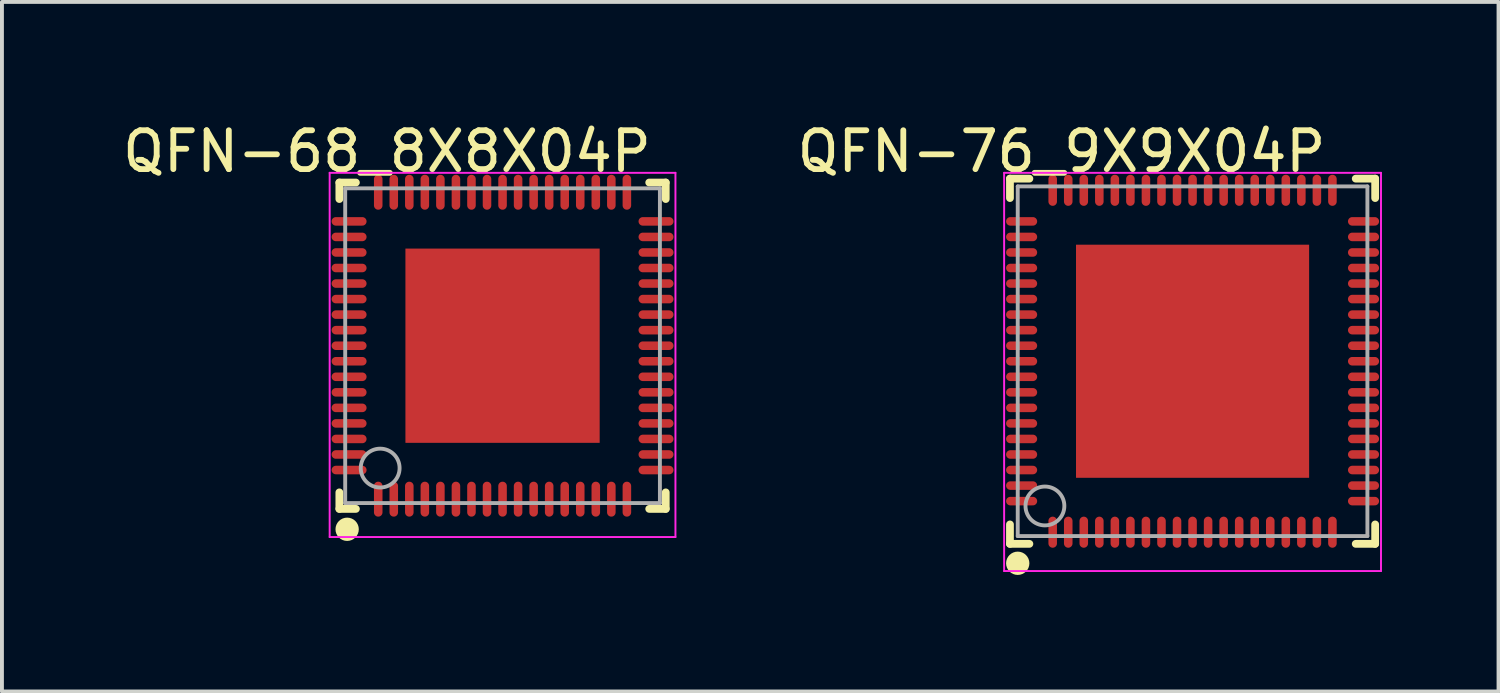
<source format=kicad_pcb>
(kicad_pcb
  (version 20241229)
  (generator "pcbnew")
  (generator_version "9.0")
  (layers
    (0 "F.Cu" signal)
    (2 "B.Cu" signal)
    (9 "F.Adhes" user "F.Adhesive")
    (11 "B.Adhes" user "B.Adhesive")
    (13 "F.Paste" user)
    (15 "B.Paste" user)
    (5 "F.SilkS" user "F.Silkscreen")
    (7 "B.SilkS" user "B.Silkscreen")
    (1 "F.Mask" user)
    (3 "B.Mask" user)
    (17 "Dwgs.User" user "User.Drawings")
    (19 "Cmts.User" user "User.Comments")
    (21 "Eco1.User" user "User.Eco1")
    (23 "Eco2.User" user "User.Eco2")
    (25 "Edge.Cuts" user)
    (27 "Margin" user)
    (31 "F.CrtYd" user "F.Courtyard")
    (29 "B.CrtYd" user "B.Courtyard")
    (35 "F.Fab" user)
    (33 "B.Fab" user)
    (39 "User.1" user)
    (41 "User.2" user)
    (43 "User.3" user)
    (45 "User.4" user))
  (footprint "QFN-76_9X9X04P"
    (layer "F.Cu")
    (at 27.645 6.248)
    (property "Reference" "QFN-76_9X9X04P" (at -3.374 -5.4 0) (layer "F.SilkS") (effects (font (size 1 1) (thickness 0.15))))
    (attr through_hole)
    (fp_line (start -4.7 -4.7) (end -4.2 -4.7) (stroke (width 0.2) (type solid)) (layer "F.SilkS"))
    (fp_line (start -4.7 -4.2) (end -4.7 -4.7) (stroke (width 0.2) (type solid)) (layer "F.SilkS"))
    (fp_line (start -4.7 4.7) (end -4.7 4.2) (stroke (width 0.2) (type solid)) (layer "F.SilkS"))
    (fp_line (start -4.7 4.7) (end -4.2 4.7) (stroke (width 0.2) (type solid)) (layer "F.SilkS"))
    (fp_line (start 4.2 -4.7) (end 4.7 -4.7) (stroke (width 0.2) (type solid)) (layer "F.SilkS"))
    (fp_line (start 4.2 4.7) (end 4.7 4.7) (stroke (width 0.2) (type solid)) (layer "F.SilkS"))
    (fp_line (start 4.7 -4.2) (end 4.7 -4.7) (stroke (width 0.2) (type solid)) (layer "F.SilkS"))
    (fp_line (start 4.7 4.7) (end 4.7 4.2) (stroke (width 0.2) (type solid)) (layer "F.SilkS"))
    (fp_circle (center -4.5 5.2) (end -4.35 5.2) (stroke (width 0.3) (type solid)) (fill no) (layer "F.SilkS"))
    (fp_line (start -4.85 -4.85) (end 4.85 -4.85) (stroke (width 0.05) (type solid)) (layer "F.CrtYd"))
    (fp_line (start -4.85 5.4) (end -4.85 -4.85) (stroke (width 0.05) (type solid)) (layer "F.CrtYd"))
    (fp_line (start 4.85 -4.85) (end 4.85 5.4) (stroke (width 0.05) (type solid)) (layer "F.CrtYd"))
    (fp_line (start 4.85 5.4) (end -4.85 5.4) (stroke (width 0.05) (type solid)) (layer "F.CrtYd"))
    (fp_line (start -4.5 -4.5) (end 4.5 -4.5) (stroke (width 0.1) (type solid)) (layer "F.Fab"))
    (fp_line (start -4.5 4.5) (end -4.5 -4.5) (stroke (width 0.1) (type solid)) (layer "F.Fab"))
    (fp_line (start -4.5 4.5) (end 4.5 4.5) (stroke (width 0.1) (type solid)) (layer "F.Fab"))
    (fp_line (start 4.5 4.5) (end 4.5 -4.5) (stroke (width 0.1) (type solid)) (layer "F.Fab"))
    (fp_circle (center -3.8 3.725) (end -3.3 3.725) (stroke (width 0.1) (type solid)) (fill no) (layer "F.Fab"))
    (pad "0" smd rect (at 0.00001 0 90) (size 6 6) (layers "F.Cu" "F.Mask" "F.Paste"))
    (pad "1" smd oval (at -3.6 4.4 180) (size 0.22 0.8) (layers "F.Cu" "F.Mask" "F.Paste"))
    (pad "2" smd oval (at -3.2 4.4 180) (size 0.22 0.8) (layers "F.Cu" "F.Mask" "F.Paste"))
    (pad "3" smd oval (at -2.8 4.4 180) (size 0.22 0.8) (layers "F.Cu" "F.Mask" "F.Paste"))
    (pad "4" smd oval (at -2.4 4.4 180) (size 0.22 0.8) (layers "F.Cu" "F.Mask" "F.Paste"))
    (pad "5" smd oval (at -2 4.4 180) (size 0.22 0.8) (layers "F.Cu" "F.Mask" "F.Paste"))
    (pad "6" smd oval (at -1.6 4.4 180) (size 0.22 0.8) (layers "F.Cu" "F.Mask" "F.Paste"))
    (pad "7" smd oval (at -1.2 4.4 180) (size 0.22 0.8) (layers "F.Cu" "F.Mask" "F.Paste"))
    (pad "8" smd oval (at -0.8 4.4 180) (size 0.22 0.8) (layers "F.Cu" "F.Mask" "F.Paste"))
    (pad "9" smd oval (at -0.4 4.4 180) (size 0.22 0.8) (layers "F.Cu" "F.Mask" "F.Paste"))
    (pad "10" smd oval (at 0 4.4 180) (size 0.22 0.8) (layers "F.Cu" "F.Mask" "F.Paste"))
    (pad "11" smd oval (at 0.4 4.4 180) (size 0.22 0.8) (layers "F.Cu" "F.Mask" "F.Paste"))
    (pad "12" smd oval (at 0.8 4.4 180) (size 0.22 0.8) (layers "F.Cu" "F.Mask" "F.Paste"))
    (pad "13" smd oval (at 1.2 4.4 180) (size 0.22 0.8) (layers "F.Cu" "F.Mask" "F.Paste"))
    (pad "14" smd oval (at 1.6 4.4 180) (size 0.22 0.8) (layers "F.Cu" "F.Mask" "F.Paste"))
    (pad "15" smd oval (at 2 4.4 180) (size 0.22 0.8) (layers "F.Cu" "F.Mask" "F.Paste"))
    (pad "16" smd oval (at 2.4 4.4 180) (size 0.22 0.8) (layers "F.Cu" "F.Mask" "F.Paste"))
    (pad "17" smd oval (at 2.8 4.4 180) (size 0.22 0.8) (layers "F.Cu" "F.Mask" "F.Paste"))
    (pad "18" smd oval (at 3.2 4.4 180) (size 0.22 0.8) (layers "F.Cu" "F.Mask" "F.Paste"))
    (pad "19" smd oval (at 3.6 4.4 180) (size 0.22 0.8) (layers "F.Cu" "F.Mask" "F.Paste"))
    (pad "20" smd oval (at 4.4 3.6 270) (size 0.22 0.8) (layers "F.Cu" "F.Mask" "F.Paste"))
    (pad "21" smd oval (at 4.4 3.2 270) (size 0.22 0.8) (layers "F.Cu" "F.Mask" "F.Paste"))
    (pad "22" smd oval (at 4.4 2.8 270) (size 0.22 0.8) (layers "F.Cu" "F.Mask" "F.Paste"))
    (pad "23" smd oval (at 4.4 2.4 270) (size 0.22 0.8) (layers "F.Cu" "F.Mask" "F.Paste"))
    (pad "24" smd oval (at 4.4 2 270) (size 0.22 0.8) (layers "F.Cu" "F.Mask" "F.Paste"))
    (pad "25" smd oval (at 4.4 1.6 270) (size 0.22 0.8) (layers "F.Cu" "F.Mask" "F.Paste"))
    (pad "26" smd oval (at 4.4 1.2 270) (size 0.22 0.8) (layers "F.Cu" "F.Mask" "F.Paste"))
    (pad "27" smd oval (at 4.4 0.8 270) (size 0.22 0.8) (layers "F.Cu" "F.Mask" "F.Paste"))
    (pad "28" smd oval (at 4.4 0.4 270) (size 0.22 0.8) (layers "F.Cu" "F.Mask" "F.Paste"))
    (pad "29" smd oval (at 4.4 0 270) (size 0.22 0.8) (layers "F.Cu" "F.Mask" "F.Paste"))
    (pad "30" smd oval (at 4.4 -0.4 270) (size 0.22 0.8) (layers "F.Cu" "F.Mask" "F.Paste"))
    (pad "31" smd oval (at 4.4 -0.8 270) (size 0.22 0.8) (layers "F.Cu" "F.Mask" "F.Paste"))
    (pad "32" smd oval (at 4.4 -1.2 270) (size 0.22 0.8) (layers "F.Cu" "F.Mask" "F.Paste"))
    (pad "33" smd oval (at 4.4 -1.6 270) (size 0.22 0.8) (layers "F.Cu" "F.Mask" "F.Paste"))
    (pad "34" smd oval (at 4.4 -2 270) (size 0.22 0.8) (layers "F.Cu" "F.Mask" "F.Paste"))
    (pad "35" smd oval (at 4.4 -2.4 270) (size 0.22 0.8) (layers "F.Cu" "F.Mask" "F.Paste"))
    (pad "36" smd oval (at 4.4 -2.8 270) (size 0.22 0.8) (layers "F.Cu" "F.Mask" "F.Paste"))
    (pad "37" smd oval (at 4.4 -3.2 270) (size 0.22 0.8) (layers "F.Cu" "F.Mask" "F.Paste"))
    (pad "38" smd oval (at 4.4 -3.6 270) (size 0.22 0.8) (layers "F.Cu" "F.Mask" "F.Paste"))
    (pad "39" smd oval (at 3.6 -4.4) (size 0.22 0.8) (layers "F.Cu" "F.Mask" "F.Paste"))
    (pad "40" smd oval (at 3.2 -4.4) (size 0.22 0.8) (layers "F.Cu" "F.Mask" "F.Paste"))
    (pad "41" smd oval (at 2.8 -4.4) (size 0.22 0.8) (layers "F.Cu" "F.Mask" "F.Paste"))
    (pad "42" smd oval (at 2.4 -4.4) (size 0.22 0.8) (layers "F.Cu" "F.Mask" "F.Paste"))
    (pad "43" smd oval (at 2 -4.4) (size 0.22 0.8) (layers "F.Cu" "F.Mask" "F.Paste"))
    (pad "44" smd oval (at 1.6 -4.4) (size 0.22 0.8) (layers "F.Cu" "F.Mask" "F.Paste"))
    (pad "45" smd oval (at 1.2 -4.4) (size 0.22 0.8) (layers "F.Cu" "F.Mask" "F.Paste"))
    (pad "46" smd oval (at 0.8 -4.4) (size 0.22 0.8) (layers "F.Cu" "F.Mask" "F.Paste"))
    (pad "47" smd oval (at 0.4 -4.4) (size 0.22 0.8) (layers "F.Cu" "F.Mask" "F.Paste"))
    (pad "48" smd oval (at 0 -4.4) (size 0.22 0.8) (layers "F.Cu" "F.Mask" "F.Paste"))
    (pad "49" smd oval (at -0.4 -4.4) (size 0.22 0.8) (layers "F.Cu" "F.Mask" "F.Paste"))
    (pad "50" smd oval (at -0.8 -4.4) (size 0.22 0.8) (layers "F.Cu" "F.Mask" "F.Paste"))
    (pad "51" smd oval (at -1.2 -4.4) (size 0.22 0.8) (layers "F.Cu" "F.Mask" "F.Paste"))
    (pad "52" smd oval (at -1.6 -4.4) (size 0.22 0.8) (layers "F.Cu" "F.Mask" "F.Paste"))
    (pad "53" smd oval (at -2 -4.4) (size 0.22 0.8) (layers "F.Cu" "F.Mask" "F.Paste"))
    (pad "54" smd oval (at -2.4 -4.4) (size 0.22 0.8) (layers "F.Cu" "F.Mask" "F.Paste"))
    (pad "55" smd oval (at -2.8 -4.4) (size 0.22 0.8) (layers "F.Cu" "F.Mask" "F.Paste"))
    (pad "56" smd oval (at -3.2 -4.4) (size 0.22 0.8) (layers "F.Cu" "F.Mask" "F.Paste"))
    (pad "57" smd oval (at -3.6 -4.4) (size 0.22 0.8) (layers "F.Cu" "F.Mask" "F.Paste"))
    (pad "58" smd oval (at -4.4 -3.6 90) (size 0.22 0.8) (layers "F.Cu" "F.Mask" "F.Paste"))
    (pad "59" smd oval (at -4.4 -3.2 90) (size 0.22 0.8) (layers "F.Cu" "F.Mask" "F.Paste"))
    (pad "60" smd oval (at -4.4 -2.8 90) (size 0.22 0.8) (layers "F.Cu" "F.Mask" "F.Paste"))
    (pad "61" smd oval (at -4.4 -2.4 90) (size 0.22 0.8) (layers "F.Cu" "F.Mask" "F.Paste"))
    (pad "62" smd oval (at -4.4 -2 90) (size 0.22 0.8) (layers "F.Cu" "F.Mask" "F.Paste"))
    (pad "63" smd oval (at -4.4 -1.6 90) (size 0.22 0.8) (layers "F.Cu" "F.Mask" "F.Paste"))
    (pad "64" smd oval (at -4.4 -1.2 90) (size 0.22 0.8) (layers "F.Cu" "F.Mask" "F.Paste"))
    (pad "65" smd oval (at -4.4 -0.8 90) (size 0.22 0.8) (layers "F.Cu" "F.Mask" "F.Paste"))
    (pad "66" smd oval (at -4.4 -0.4 90) (size 0.22 0.8) (layers "F.Cu" "F.Mask" "F.Paste"))
    (pad "67" smd oval (at -4.4 0 90) (size 0.22 0.8) (layers "F.Cu" "F.Mask" "F.Paste"))
    (pad "68" smd oval (at -4.4 0.4 90) (size 0.22 0.8) (layers "F.Cu" "F.Mask" "F.Paste"))
    (pad "69" smd oval (at -4.4 0.8 90) (size 0.22 0.8) (layers "F.Cu" "F.Mask" "F.Paste"))
    (pad "70" smd oval (at -4.4 1.2 90) (size 0.22 0.8) (layers "F.Cu" "F.Mask" "F.Paste"))
    (pad "71" smd oval (at -4.4 1.6 90) (size 0.22 0.8) (layers "F.Cu" "F.Mask" "F.Paste"))
    (pad "72" smd oval (at -4.4 2 90) (size 0.22 0.8) (layers "F.Cu" "F.Mask" "F.Paste"))
    (pad "73" smd oval (at -4.4 2.4 90) (size 0.22 0.8) (layers "F.Cu" "F.Mask" "F.Paste"))
    (pad "74" smd oval (at -4.4 2.8 90) (size 0.22 0.8) (layers "F.Cu" "F.Mask" "F.Paste"))
    (pad "75" smd oval (at -4.4 3.2 90) (size 0.22 0.8) (layers "F.Cu" "F.Mask" "F.Paste"))
    (pad "76" smd oval (at -4.4 3.6 90) (size 0.22 0.8) (layers "F.Cu" "F.Mask" "F.Paste")))
  (footprint "QFN-68_8X8X04P"
    (layer "F.Cu")
    (at 9.885 5.848)
    (property "Reference" "QFN-68_8X8X04P" (at -2.974 -5 0) (layer "F.SilkS") (effects (font (size 1 1) (thickness 0.15))))
    (attr through_hole)
    (fp_line (start -4.2 -4.2) (end -3.775 -4.2) (stroke (width 0.2) (type solid)) (layer "F.SilkS"))
    (fp_line (start -4.2 -3.775) (end -4.2 -4.2) (stroke (width 0.2) (type solid)) (layer "F.SilkS"))
    (fp_line (start -4.2 4.2) (end -4.2 3.775) (stroke (width 0.2) (type solid)) (layer "F.SilkS"))
    (fp_line (start -4.2 4.2) (end -3.775 4.2) (stroke (width 0.2) (type solid)) (layer "F.SilkS"))
    (fp_line (start 3.775 -4.2) (end 4.2 -4.2) (stroke (width 0.2) (type solid)) (layer "F.SilkS"))
    (fp_line (start 3.775 4.2) (end 4.2 4.2) (stroke (width 0.2) (type solid)) (layer "F.SilkS"))
    (fp_line (start 4.2 -3.775) (end 4.2 -4.2) (stroke (width 0.2) (type solid)) (layer "F.SilkS"))
    (fp_line (start 4.2 4.2) (end 4.2 3.775) (stroke (width 0.2) (type solid)) (layer "F.SilkS"))
    (fp_circle (center -4 4.725) (end -3.85 4.725) (stroke (width 0.3) (type solid)) (fill no) (layer "F.SilkS"))
    (fp_line (start -4.45 -4.45) (end 4.45 -4.45) (stroke (width 0.05) (type solid)) (layer "F.CrtYd"))
    (fp_line (start -4.45 4.925) (end -4.45 -4.45) (stroke (width 0.05) (type solid)) (layer "F.CrtYd"))
    (fp_line (start 4.45 -4.45) (end 4.45 4.925) (stroke (width 0.05) (type solid)) (layer "F.CrtYd"))
    (fp_line (start 4.45 4.925) (end -4.45 4.925) (stroke (width 0.05) (type solid)) (layer "F.CrtYd"))
    (fp_line (start -4.05 -4.05) (end 4.05 -4.05) (stroke (width 0.1) (type solid)) (layer "F.Fab"))
    (fp_line (start -4.05 4.05) (end -4.05 -4.05) (stroke (width 0.1) (type solid)) (layer "F.Fab"))
    (fp_line (start -4.05 4.05) (end 4.05 4.05) (stroke (width 0.1) (type solid)) (layer "F.Fab"))
    (fp_line (start 4.05 4.05) (end 4.05 -4.05) (stroke (width 0.1) (type solid)) (layer "F.Fab"))
    (fp_circle (center -3.15 3.15) (end -2.65 3.15) (stroke (width 0.1) (type solid)) (fill no) (layer "F.Fab"))
    (pad "0" smd rect (at 0 0 90) (size 5 5) (layers "F.Cu" "F.Mask" "F.Paste"))
    (pad "1" smd oval (at -3.2 3.95) (size 0.22 0.9) (layers "F.Cu" "F.Mask" "F.Paste"))
    (pad "2" smd oval (at -2.8 3.95) (size 0.22 0.9) (layers "F.Cu" "F.Mask" "F.Paste"))
    (pad "3" smd oval (at -2.4 3.95) (size 0.22 0.9) (layers "F.Cu" "F.Mask" "F.Paste"))
    (pad "4" smd oval (at -2 3.95) (size 0.22 0.9) (layers "F.Cu" "F.Mask" "F.Paste"))
    (pad "5" smd oval (at -1.6 3.95) (size 0.22 0.9) (layers "F.Cu" "F.Mask" "F.Paste"))
    (pad "6" smd oval (at -1.2 3.95) (size 0.22 0.9) (layers "F.Cu" "F.Mask" "F.Paste"))
    (pad "7" smd oval (at -0.8 3.95) (size 0.22 0.9) (layers "F.Cu" "F.Mask" "F.Paste"))
    (pad "8" smd oval (at -0.4 3.95) (size 0.22 0.9) (layers "F.Cu" "F.Mask" "F.Paste"))
    (pad "9" smd oval (at 0 3.95) (size 0.22 0.9) (layers "F.Cu" "F.Mask" "F.Paste"))
    (pad "10" smd oval (at 0.4 3.95) (size 0.22 0.9) (layers "F.Cu" "F.Mask" "F.Paste"))
    (pad "11" smd oval (at 0.8 3.95) (size 0.22 0.9) (layers "F.Cu" "F.Mask" "F.Paste"))
    (pad "12" smd oval (at 1.2 3.95) (size 0.22 0.9) (layers "F.Cu" "F.Mask" "F.Paste"))
    (pad "13" smd oval (at 1.6 3.95) (size 0.22 0.9) (layers "F.Cu" "F.Mask" "F.Paste"))
    (pad "14" smd oval (at 2 3.95) (size 0.22 0.9) (layers "F.Cu" "F.Mask" "F.Paste"))
    (pad "15" smd oval (at 2.4 3.95) (size 0.22 0.9) (layers "F.Cu" "F.Mask" "F.Paste"))
    (pad "16" smd oval (at 2.8 3.95) (size 0.22 0.9) (layers "F.Cu" "F.Mask" "F.Paste"))
    (pad "17" smd oval (at 3.2 3.95) (size 0.22 0.9) (layers "F.Cu" "F.Mask" "F.Paste"))
    (pad "18" smd oval (at 3.95 3.2 90) (size 0.22 0.9) (layers "F.Cu" "F.Mask" "F.Paste"))
    (pad "19" smd oval (at 3.95 2.8 90) (size 0.22 0.9) (layers "F.Cu" "F.Mask" "F.Paste"))
    (pad "20" smd oval (at 3.95 2.4 90) (size 0.22 0.9) (layers "F.Cu" "F.Mask" "F.Paste"))
    (pad "21" smd oval (at 3.95 2 90) (size 0.22 0.9) (layers "F.Cu" "F.Mask" "F.Paste"))
    (pad "22" smd oval (at 3.95 1.6 90) (size 0.22 0.9) (layers "F.Cu" "F.Mask" "F.Paste"))
    (pad "23" smd oval (at 3.95 1.2 90) (size 0.22 0.9) (layers "F.Cu" "F.Mask" "F.Paste"))
    (pad "24" smd oval (at 3.95 0.8 90) (size 0.22 0.9) (layers "F.Cu" "F.Mask" "F.Paste"))
    (pad "25" smd oval (at 3.95 0.4 90) (size 0.22 0.9) (layers "F.Cu" "F.Mask" "F.Paste"))
    (pad "26" smd oval (at 3.95 0 90) (size 0.22 0.9) (layers "F.Cu" "F.Mask" "F.Paste"))
    (pad "27" smd oval (at 3.95 -0.4 90) (size 0.22 0.9) (layers "F.Cu" "F.Mask" "F.Paste"))
    (pad "28" smd oval (at 3.95 -0.8 90) (size 0.22 0.9) (layers "F.Cu" "F.Mask" "F.Paste"))
    (pad "29" smd oval (at 3.95 -1.2 90) (size 0.22 0.9) (layers "F.Cu" "F.Mask" "F.Paste"))
    (pad "30" smd oval (at 3.95 -1.6 90) (size 0.22 0.9) (layers "F.Cu" "F.Mask" "F.Paste"))
    (pad "31" smd oval (at 3.95 -2 90) (size 0.22 0.9) (layers "F.Cu" "F.Mask" "F.Paste"))
    (pad "32" smd oval (at 3.95 -2.4 90) (size 0.22 0.9) (layers "F.Cu" "F.Mask" "F.Paste"))
    (pad "33" smd oval (at 3.95 -2.8 90) (size 0.22 0.9) (layers "F.Cu" "F.Mask" "F.Paste"))
    (pad "34" smd oval (at 3.95 -3.2 90) (size 0.22 0.9) (layers "F.Cu" "F.Mask" "F.Paste"))
    (pad "35" smd oval (at 3.2 -3.95 180) (size 0.22 0.9) (layers "F.Cu" "F.Mask" "F.Paste"))
    (pad "36" smd oval (at 2.8 -3.95 180) (size 0.22 0.9) (layers "F.Cu" "F.Mask" "F.Paste"))
    (pad "37" smd oval (at 2.4 -3.95 180) (size 0.22 0.9) (layers "F.Cu" "F.Mask" "F.Paste"))
    (pad "38" smd oval (at 2 -3.95 180) (size 0.22 0.9) (layers "F.Cu" "F.Mask" "F.Paste"))
    (pad "39" smd oval (at 1.6 -3.95 180) (size 0.22 0.9) (layers "F.Cu" "F.Mask" "F.Paste"))
    (pad "40" smd oval (at 1.2 -3.95 180) (size 0.22 0.9) (layers "F.Cu" "F.Mask" "F.Paste"))
    (pad "41" smd oval (at 0.8 -3.95 180) (size 0.22 0.9) (layers "F.Cu" "F.Mask" "F.Paste"))
    (pad "42" smd oval (at 0.4 -3.95 180) (size 0.22 0.9) (layers "F.Cu" "F.Mask" "F.Paste"))
    (pad "43" smd oval (at 0 -3.95 180) (size 0.22 0.9) (layers "F.Cu" "F.Mask" "F.Paste"))
    (pad "44" smd oval (at -0.4 -3.95 180) (size 0.22 0.9) (layers "F.Cu" "F.Mask" "F.Paste"))
    (pad "45" smd oval (at -0.8 -3.95 180) (size 0.22 0.9) (layers "F.Cu" "F.Mask" "F.Paste"))
    (pad "46" smd oval (at -1.2 -3.95 180) (size 0.22 0.9) (layers "F.Cu" "F.Mask" "F.Paste"))
    (pad "47" smd oval (at -1.6 -3.95 180) (size 0.22 0.9) (layers "F.Cu" "F.Mask" "F.Paste"))
    (pad "48" smd oval (at -2 -3.95 180) (size 0.22 0.9) (layers "F.Cu" "F.Mask" "F.Paste"))
    (pad "49" smd oval (at -2.4 -3.95 180) (size 0.22 0.9) (layers "F.Cu" "F.Mask" "F.Paste"))
    (pad "50" smd oval (at -2.8 -3.95 180) (size 0.22 0.9) (layers "F.Cu" "F.Mask" "F.Paste"))
    (pad "51" smd oval (at -3.2 -3.95 180) (size 0.22 0.9) (layers "F.Cu" "F.Mask" "F.Paste"))
    (pad "52" smd oval (at -3.95 -3.2 270) (size 0.22 0.9) (layers "F.Cu" "F.Mask" "F.Paste"))
    (pad "53" smd oval (at -3.95 -2.8 270) (size 0.22 0.9) (layers "F.Cu" "F.Mask" "F.Paste"))
    (pad "54" smd oval (at -3.95 -2.4 270) (size 0.22 0.9) (layers "F.Cu" "F.Mask" "F.Paste"))
    (pad "55" smd oval (at -3.95 -2 270) (size 0.22 0.9) (layers "F.Cu" "F.Mask" "F.Paste"))
    (pad "56" smd oval (at -3.95 -1.6 270) (size 0.22 0.9) (layers "F.Cu" "F.Mask" "F.Paste"))
    (pad "57" smd oval (at -3.95 -1.2 270) (size 0.22 0.9) (layers "F.Cu" "F.Mask" "F.Paste"))
    (pad "58" smd oval (at -3.95 -0.8 270) (size 0.22 0.9) (layers "F.Cu" "F.Mask" "F.Paste"))
    (pad "59" smd oval (at -3.95 -0.4 270) (size 0.22 0.9) (layers "F.Cu" "F.Mask" "F.Paste"))
    (pad "60" smd oval (at -3.95 0 270) (size 0.22 0.9) (layers "F.Cu" "F.Mask" "F.Paste"))
    (pad "61" smd oval (at -3.95 0.4 270) (size 0.22 0.9) (layers "F.Cu" "F.Mask" "F.Paste"))
    (pad "62" smd oval (at -3.95 0.8 270) (size 0.22 0.9) (layers "F.Cu" "F.Mask" "F.Paste"))
    (pad "63" smd oval (at -3.95 1.2 270) (size 0.22 0.9) (layers "F.Cu" "F.Mask" "F.Paste"))
    (pad "64" smd oval (at -3.95 1.6 270) (size 0.22 0.9) (layers "F.Cu" "F.Mask" "F.Paste"))
    (pad "65" smd oval (at -3.95 2 270) (size 0.22 0.9) (layers "F.Cu" "F.Mask" "F.Paste"))
    (pad "66" smd oval (at -3.95 2.4 270) (size 0.22 0.9) (layers "F.Cu" "F.Mask" "F.Paste"))
    (pad "67" smd oval (at -3.95 2.8 270) (size 0.22 0.9) (layers "F.Cu" "F.Mask" "F.Paste"))
    (pad "68" smd oval (at -3.95 3.2 270) (size 0.22 0.9) (layers "F.Cu" "F.Mask" "F.Paste")))
  (gr_rect
    (start -3 -3)
    (end 35.52 14.748)
    (stroke (width 0.1) (type default))
    (fill no)
    (layer "Edge.Cuts")))
</source>
